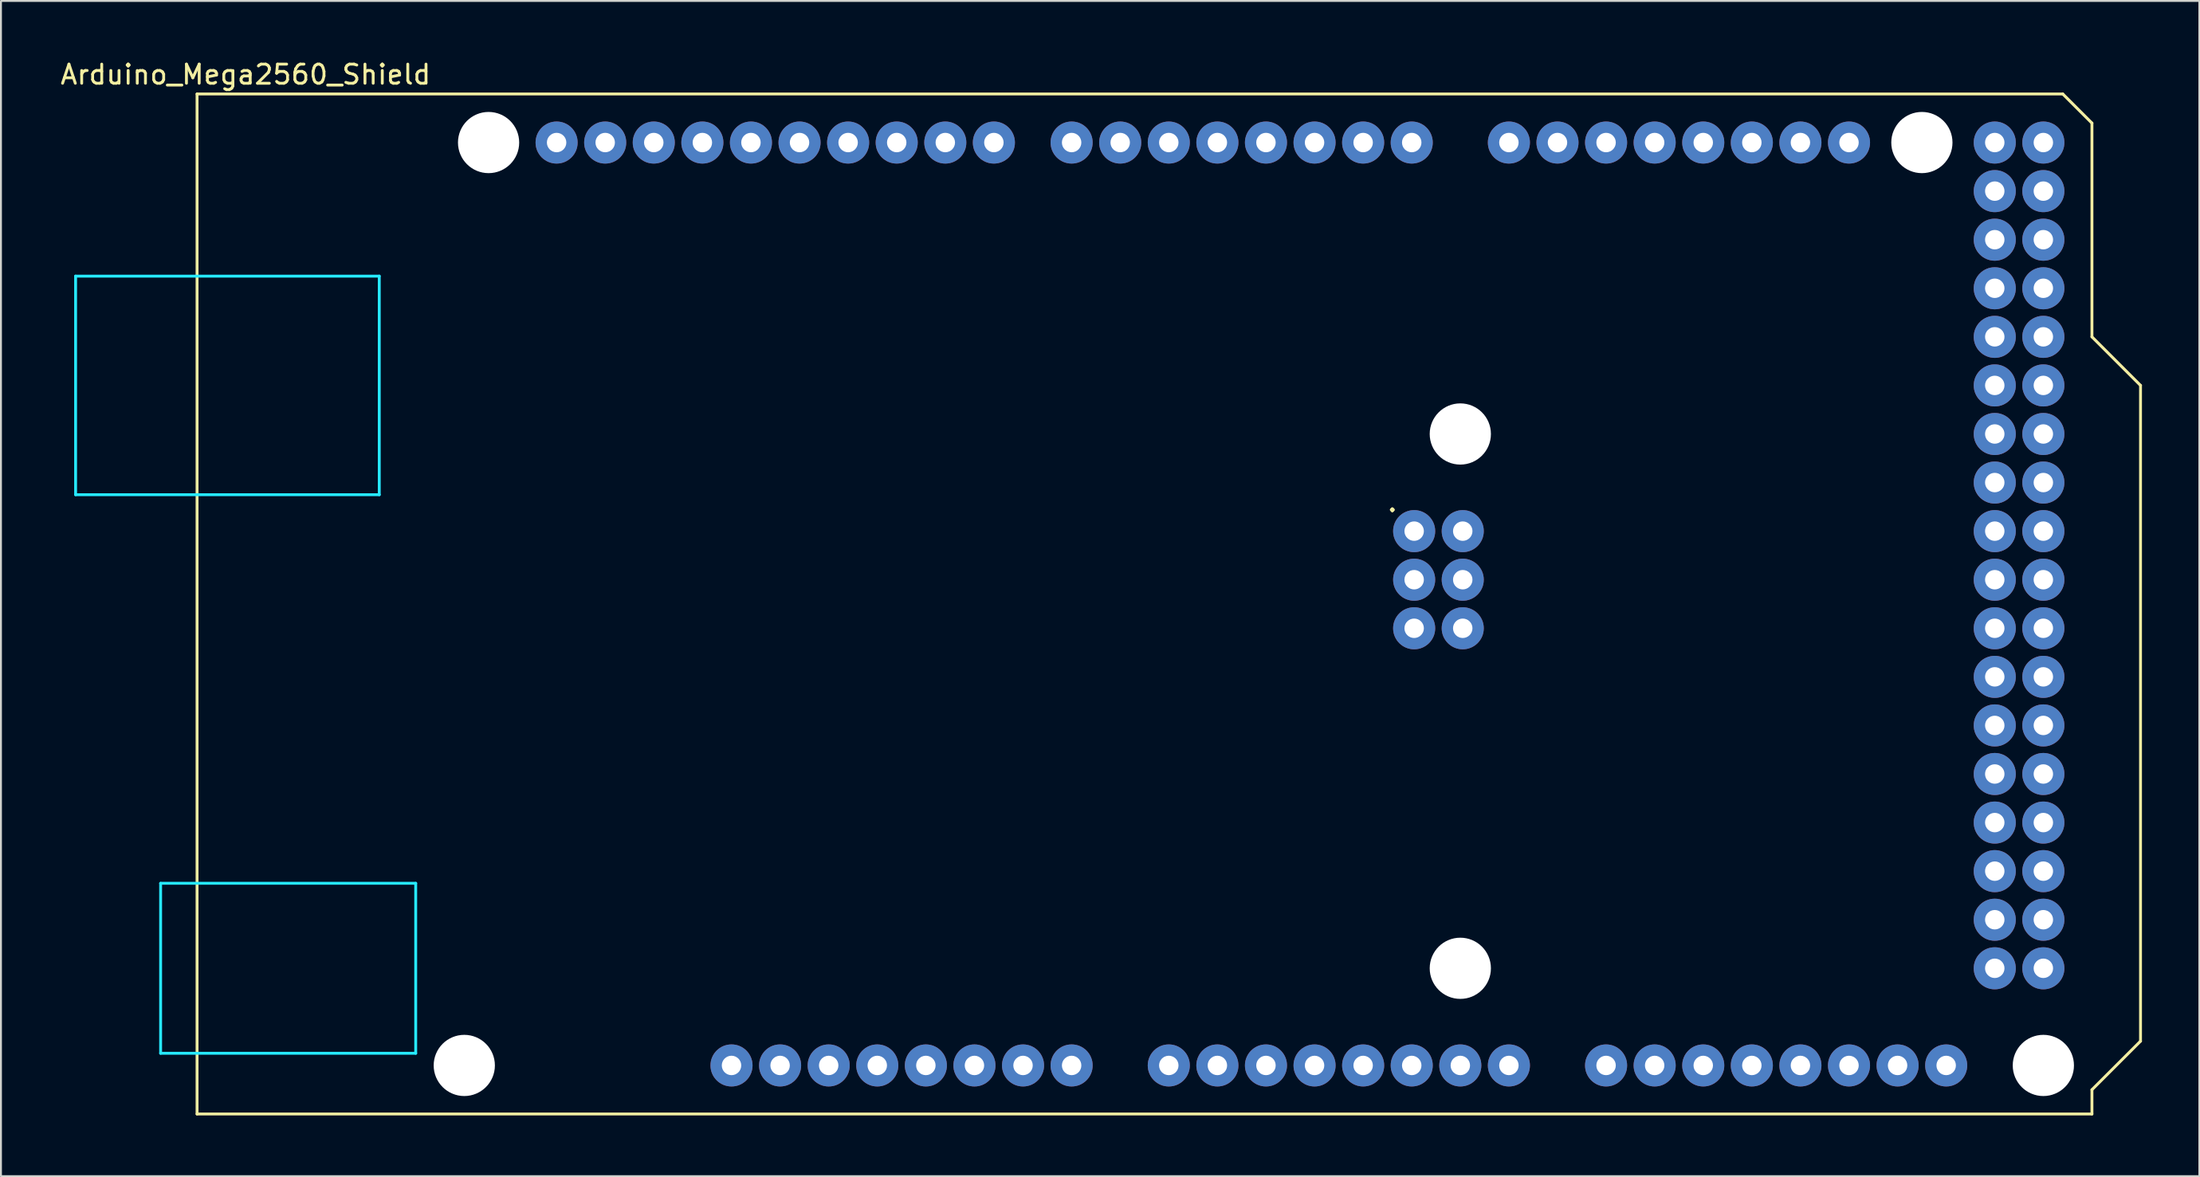
<source format=kicad_pcb>
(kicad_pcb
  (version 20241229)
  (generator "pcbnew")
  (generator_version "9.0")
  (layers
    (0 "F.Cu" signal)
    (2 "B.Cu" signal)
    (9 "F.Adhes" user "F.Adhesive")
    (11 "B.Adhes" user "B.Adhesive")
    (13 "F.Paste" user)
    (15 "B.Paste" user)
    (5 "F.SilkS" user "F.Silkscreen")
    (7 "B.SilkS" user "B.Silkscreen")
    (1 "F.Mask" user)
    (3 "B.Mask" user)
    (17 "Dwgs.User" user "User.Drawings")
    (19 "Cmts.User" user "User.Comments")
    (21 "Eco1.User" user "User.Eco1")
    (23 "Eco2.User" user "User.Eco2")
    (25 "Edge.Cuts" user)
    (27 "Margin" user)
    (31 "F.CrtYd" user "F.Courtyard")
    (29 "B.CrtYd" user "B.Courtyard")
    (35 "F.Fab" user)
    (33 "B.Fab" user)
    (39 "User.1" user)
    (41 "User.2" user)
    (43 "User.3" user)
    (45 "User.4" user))
  (footprint "Arduino_Mega2560_Shield"
    (layer "F.Cu")
    (at 7.252 55.204)
    (property "Reference" "Arduino_Mega2560_Shield" (at 2.54 -54.356 0) (layer "F.SilkS") (effects (font (size 1 1) (thickness 0.15))))
    (attr through_hole)
    (fp_line (start 0 -53.34) (end 0 0) (stroke (width 0.15) (type solid)) (layer "F.SilkS"))
    (fp_line (start 0 -53.34) (end 97.536 -53.34) (stroke (width 0.15) (type solid)) (layer "F.SilkS"))
    (fp_line (start 0 0) (end 99.06 0) (stroke (width 0.15) (type solid)) (layer "F.SilkS"))
    (fp_line (start 97.536 -53.34) (end 99.06 -51.816) (stroke (width 0.15) (type solid)) (layer "F.SilkS"))
    (fp_line (start 99.06 -40.64) (end 99.06 -51.816) (stroke (width 0.15) (type solid)) (layer "F.SilkS"))
    (fp_line (start 99.06 -1.27) (end 101.6 -3.81) (stroke (width 0.15) (type solid)) (layer "F.SilkS"))
    (fp_line (start 99.06 0) (end 99.06 -1.27) (stroke (width 0.15) (type solid)) (layer "F.SilkS"))
    (fp_line (start 101.6 -38.1) (end 99.06 -40.64) (stroke (width 0.15) (type solid)) (layer "F.SilkS"))
    (fp_line (start 101.6 -3.81) (end 101.6 -38.1) (stroke (width 0.15) (type solid)) (layer "F.SilkS"))
    (fp_line (start -6.35 -43.815) (end -6.35 -32.385) (stroke (width 0.15) (type solid)) (layer "B.CrtYd"))
    (fp_line (start -1.905 -12.065) (end -1.905 -3.175) (stroke (width 0.15) (type solid)) (layer "B.CrtYd"))
    (fp_line (start -1.905 -12.065) (end 11.43 -12.065) (stroke (width 0.15) (type solid)) (layer "B.CrtYd"))
    (fp_line (start -1.905 -3.175) (end 11.43 -3.175) (stroke (width 0.15) (type solid)) (layer "B.CrtYd"))
    (fp_line (start 9.525 -43.815) (end -6.35 -43.815) (stroke (width 0.15) (type solid)) (layer "B.CrtYd"))
    (fp_line (start 9.525 -43.815) (end 9.525 -32.385) (stroke (width 0.15) (type solid)) (layer "B.CrtYd"))
    (fp_line (start 9.525 -32.385) (end -6.35 -32.385) (stroke (width 0.15) (type solid)) (layer "B.CrtYd"))
    (fp_line (start 11.43 -12.065) (end 11.43 -3.175) (stroke (width 0.15) (type solid)) (layer "B.CrtYd"))
    (fp_text user "." (at 62.484 -32.004 0) (layer "F.SilkS") (effects (font (size 1 1) (thickness 0.15))))
    (pad "" np_thru_hole circle (at 13.97 -2.54) (size 3.2 3.2) (drill 3.2) (layers "*.Cu" "*.Mask"))
    (pad "" np_thru_hole circle (at 15.24 -50.8) (size 3.2 3.2) (drill 3.2) (layers "*.Cu" "*.Mask"))
    (pad "" thru_hole circle (at 27.94 -2.54) (size 2.2 2.2) (drill 1.016) (layers "*.Cu" "*.Mask"))
    (pad "" np_thru_hole circle (at 66.04 -35.56) (size 3.2 3.2) (drill 3.2) (layers "*.Cu" "*.Mask"))
    (pad "" np_thru_hole circle (at 66.04 -7.62) (size 3.2 3.2) (drill 3.2) (layers "*.Cu" "*.Mask"))
    (pad "" np_thru_hole circle (at 90.17 -50.8) (size 3.2 3.2) (drill 3.2) (layers "*.Cu" "*.Mask"))
    (pad "" np_thru_hole circle (at 96.52 -2.54) (size 3.2 3.2) (drill 3.2) (layers "*.Cu" "*.Mask"))
    (pad "3V3" thru_hole circle (at 35.56 -2.54) (size 2.2 2.2) (drill 1.016) (layers "*.Cu" "*.Mask"))
    (pad "5V1" thru_hole circle (at 38.1 -2.54) (size 2.2 2.2) (drill 1.016) (layers "*.Cu" "*.Mask"))
    (pad "5V2" thru_hole circle (at 66.167 -30.48) (size 2.2 2.2) (drill 1.016) (layers "*.Cu" "*.Mask"))
    (pad "5V3" thru_hole circle (at 93.98 -50.8) (size 2.2 2.2) (drill 1.016) (layers "*.Cu" "*.Mask"))
    (pad "5V4" thru_hole circle (at 96.52 -50.8) (size 2.2 2.2) (drill 1.016) (layers "*.Cu" "*.Mask"))
    (pad "A0" thru_hole circle (at 50.8 -2.54) (size 2.2 2.2) (drill 1.016) (layers "*.Cu" "*.Mask"))
    (pad "A1" thru_hole circle (at 53.34 -2.54) (size 2.2 2.2) (drill 1.016) (layers "*.Cu" "*.Mask"))
    (pad "A2" thru_hole circle (at 55.88 -2.54) (size 2.2 2.2) (drill 1.016) (layers "*.Cu" "*.Mask"))
    (pad "A3" thru_hole circle (at 58.42 -2.54) (size 2.2 2.2) (drill 1.016) (layers "*.Cu" "*.Mask"))
    (pad "A4" thru_hole circle (at 60.96 -2.54) (size 2.2 2.2) (drill 1.016) (layers "*.Cu" "*.Mask"))
    (pad "A5" thru_hole circle (at 63.5 -2.54) (size 2.2 2.2) (drill 1.016) (layers "*.Cu" "*.Mask"))
    (pad "A6" thru_hole circle (at 66.04 -2.54) (size 2.2 2.2) (drill 1.016) (layers "*.Cu" "*.Mask"))
    (pad "A7" thru_hole circle (at 68.58 -2.54) (size 2.2 2.2) (drill 1.016) (layers "*.Cu" "*.Mask"))
    (pad "A8" thru_hole circle (at 73.66 -2.54) (size 2.2 2.2) (drill 1.016) (layers "*.Cu" "*.Mask"))
    (pad "A9" thru_hole circle (at 76.2 -2.54) (size 2.2 2.2) (drill 1.016) (layers "*.Cu" "*.Mask"))
    (pad "A10" thru_hole circle (at 78.74 -2.54) (size 2.2 2.2) (drill 1.016) (layers "*.Cu" "*.Mask"))
    (pad "A11" thru_hole circle (at 81.28 -2.54) (size 2.2 2.2) (drill 1.016) (layers "*.Cu" "*.Mask"))
    (pad "A12" thru_hole circle (at 83.82 -2.54) (size 2.2 2.2) (drill 1.016) (layers "*.Cu" "*.Mask"))
    (pad "A13" thru_hole circle (at 86.36 -2.54) (size 2.2 2.2) (drill 1.016) (layers "*.Cu" "*.Mask"))
    (pad "A14" thru_hole circle (at 88.9 -2.54) (size 2.2 2.2) (drill 1.016) (layers "*.Cu" "*.Mask"))
    (pad "A15" thru_hole circle (at 91.44 -2.54) (size 2.2 2.2) (drill 1.016) (layers "*.Cu" "*.Mask"))
    (pad "AREF" thru_hole circle (at 23.876 -50.8) (size 2.2 2.2) (drill 1.016) (layers "*.Cu" "*.Mask"))
    (pad "D0" thru_hole circle (at 63.5 -50.8) (size 2.2 2.2) (drill 1.016) (layers "*.Cu" "*.Mask"))
    (pad "D1" thru_hole circle (at 60.96 -50.8) (size 2.2 2.2) (drill 1.016) (layers "*.Cu" "*.Mask"))
    (pad "D2" thru_hole circle (at 58.42 -50.8) (size 2.2 2.2) (drill 1.016) (layers "*.Cu" "*.Mask"))
    (pad "D3" thru_hole circle (at 55.88 -50.8) (size 2.2 2.2) (drill 1.016) (layers "*.Cu" "*.Mask"))
    (pad "D4" thru_hole circle (at 53.34 -50.8) (size 2.2 2.2) (drill 1.016) (layers "*.Cu" "*.Mask"))
    (pad "D5" thru_hole circle (at 50.8 -50.8) (size 2.2 2.2) (drill 1.016) (layers "*.Cu" "*.Mask"))
    (pad "D6" thru_hole circle (at 48.26 -50.8) (size 2.2 2.2) (drill 1.016) (layers "*.Cu" "*.Mask"))
    (pad "D7" thru_hole circle (at 45.72 -50.8) (size 2.2 2.2) (drill 1.016) (layers "*.Cu" "*.Mask"))
    (pad "D8" thru_hole circle (at 41.656 -50.8) (size 2.2 2.2) (drill 1.016) (layers "*.Cu" "*.Mask"))
    (pad "D9" thru_hole circle (at 39.116 -50.8) (size 2.2 2.2) (drill 1.016) (layers "*.Cu" "*.Mask"))
    (pad "D10" thru_hole circle (at 36.576 -50.8) (size 2.2 2.2) (drill 1.016) (layers "*.Cu" "*.Mask"))
    (pad "D11" thru_hole circle (at 34.036 -50.8) (size 2.2 2.2) (drill 1.016) (layers "*.Cu" "*.Mask"))
    (pad "D12" thru_hole circle (at 31.496 -50.8) (size 2.2 2.2) (drill 1.016) (layers "*.Cu" "*.Mask"))
    (pad "D13" thru_hole circle (at 28.956 -50.8) (size 2.2 2.2) (drill 1.016) (layers "*.Cu" "*.Mask"))
    (pad "D14" thru_hole circle (at 68.58 -50.8) (size 2.2 2.2) (drill 1.016) (layers "*.Cu" "*.Mask"))
    (pad "D15" thru_hole circle (at 71.12 -50.8) (size 2.2 2.2) (drill 1.016) (layers "*.Cu" "*.Mask"))
    (pad "D16" thru_hole circle (at 73.66 -50.8) (size 2.2 2.2) (drill 1.016) (layers "*.Cu" "*.Mask"))
    (pad "D17" thru_hole circle (at 76.2 -50.8) (size 2.2 2.2) (drill 1.016) (layers "*.Cu" "*.Mask"))
    (pad "D18" thru_hole circle (at 78.74 -50.8) (size 2.2 2.2) (drill 1.016) (layers "*.Cu" "*.Mask"))
    (pad "D19" thru_hole circle (at 81.28 -50.8) (size 2.2 2.2) (drill 1.016) (layers "*.Cu" "*.Mask"))
    (pad "D20" thru_hole circle (at 83.82 -50.8) (size 2.2 2.2) (drill 1.016) (layers "*.Cu" "*.Mask"))
    (pad "D21" thru_hole circle (at 86.36 -50.8) (size 2.2 2.2) (drill 1.016) (layers "*.Cu" "*.Mask"))
    (pad "D22" thru_hole circle (at 93.98 -48.26) (size 2.2 2.2) (drill 1.016) (layers "*.Cu" "*.Mask"))
    (pad "D23" thru_hole circle (at 96.52 -48.26) (size 2.2 2.2) (drill 1.016) (layers "*.Cu" "*.Mask"))
    (pad "D24" thru_hole circle (at 93.98 -45.72) (size 2.2 2.2) (drill 1.016) (layers "*.Cu" "*.Mask"))
    (pad "D25" thru_hole circle (at 96.52 -45.72) (size 2.2 2.2) (drill 1.016) (layers "*.Cu" "*.Mask"))
    (pad "D26" thru_hole circle (at 93.98 -43.18) (size 2.2 2.2) (drill 1.016) (layers "*.Cu" "*.Mask"))
    (pad "D27" thru_hole circle (at 96.52 -43.18) (size 2.2 2.2) (drill 1.016) (layers "*.Cu" "*.Mask"))
    (pad "D28" thru_hole circle (at 93.98 -40.64) (size 2.2 2.2) (drill 1.016) (layers "*.Cu" "*.Mask"))
    (pad "D29" thru_hole circle (at 96.52 -40.64) (size 2.2 2.2) (drill 1.016) (layers "*.Cu" "*.Mask"))
    (pad "D30" thru_hole circle (at 93.98 -38.1) (size 2.2 2.2) (drill 1.016) (layers "*.Cu" "*.Mask"))
    (pad "D31" thru_hole circle (at 96.52 -38.1) (size 2.2 2.2) (drill 1.016) (layers "*.Cu" "*.Mask"))
    (pad "D32" thru_hole circle (at 93.98 -35.56) (size 2.2 2.2) (drill 1.016) (layers "*.Cu" "*.Mask"))
    (pad "D33" thru_hole circle (at 96.52 -35.56) (size 2.2 2.2) (drill 1.016) (layers "*.Cu" "*.Mask"))
    (pad "D34" thru_hole circle (at 93.98 -33.02) (size 2.2 2.2) (drill 1.016) (layers "*.Cu" "*.Mask"))
    (pad "D35" thru_hole circle (at 96.52 -33.02) (size 2.2 2.2) (drill 1.016) (layers "*.Cu" "*.Mask"))
    (pad "D36" thru_hole circle (at 93.98 -30.48) (size 2.2 2.2) (drill 1.016) (layers "*.Cu" "*.Mask"))
    (pad "D37" thru_hole circle (at 96.52 -30.48) (size 2.2 2.2) (drill 1.016) (layers "*.Cu" "*.Mask"))
    (pad "D38" thru_hole circle (at 93.98 -27.94) (size 2.2 2.2) (drill 1.016) (layers "*.Cu" "*.Mask"))
    (pad "D39" thru_hole circle (at 96.52 -27.94) (size 2.2 2.2) (drill 1.016) (layers "*.Cu" "*.Mask"))
    (pad "D40" thru_hole circle (at 93.98 -25.4) (size 2.2 2.2) (drill 1.016) (layers "*.Cu" "*.Mask"))
    (pad "D41" thru_hole circle (at 96.52 -25.4) (size 2.2 2.2) (drill 1.016) (layers "*.Cu" "*.Mask"))
    (pad "D42" thru_hole circle (at 93.98 -22.86) (size 2.2 2.2) (drill 1.016) (layers "*.Cu" "*.Mask"))
    (pad "D43" thru_hole circle (at 96.52 -22.86) (size 2.2 2.2) (drill 1.016) (layers "*.Cu" "*.Mask"))
    (pad "D44" thru_hole circle (at 93.98 -20.32) (size 2.2 2.2) (drill 1.016) (layers "*.Cu" "*.Mask"))
    (pad "D45" thru_hole circle (at 96.52 -20.32) (size 2.2 2.2) (drill 1.016) (layers "*.Cu" "*.Mask"))
    (pad "D46" thru_hole circle (at 93.98 -17.78) (size 2.2 2.2) (drill 1.016) (layers "*.Cu" "*.Mask"))
    (pad "D47" thru_hole circle (at 96.52 -17.78) (size 2.2 2.2) (drill 1.016) (layers "*.Cu" "*.Mask"))
    (pad "D48" thru_hole circle (at 93.98 -15.24) (size 2.2 2.2) (drill 1.016) (layers "*.Cu" "*.Mask"))
    (pad "D49" thru_hole circle (at 96.52 -15.24) (size 2.2 2.2) (drill 1.016) (layers "*.Cu" "*.Mask"))
    (pad "D50" thru_hole circle (at 93.98 -12.7) (size 2.2 2.2) (drill 1.016) (layers "*.Cu" "*.Mask"))
    (pad "D51" thru_hole circle (at 96.52 -12.7) (size 2.2 2.2) (drill 1.016) (layers "*.Cu" "*.Mask"))
    (pad "D52" thru_hole circle (at 93.98 -10.16) (size 2.2 2.2) (drill 1.016) (layers "*.Cu" "*.Mask"))
    (pad "D53" thru_hole circle (at 96.52 -10.16) (size 2.2 2.2) (drill 1.016) (layers "*.Cu" "*.Mask"))
    (pad "GND1" thru_hole circle (at 26.416 -50.8) (size 2.2 2.2) (drill 1.016) (layers "*.Cu" "*.Mask"))
    (pad "GND2" thru_hole circle (at 40.64 -2.54) (size 2.2 2.2) (drill 1.016) (layers "*.Cu" "*.Mask"))
    (pad "GND3" thru_hole circle (at 43.18 -2.54) (size 2.2 2.2) (drill 1.016) (layers "*.Cu" "*.Mask"))
    (pad "GND4" thru_hole circle (at 66.167 -25.4) (size 2.2 2.2) (drill 1.016) (layers "*.Cu" "*.Mask"))
    (pad "GND5" thru_hole circle (at 93.98 -7.62) (size 2.2 2.2) (drill 1.016) (layers "*.Cu" "*.Mask"))
    (pad "GND6" thru_hole circle (at 96.52 -7.62) (size 2.2 2.2) (drill 1.016) (layers "*.Cu" "*.Mask"))
    (pad "IORF" thru_hole circle (at 30.48 -2.54) (size 2.2 2.2) (drill 1.016) (layers "*.Cu" "*.Mask"))
    (pad "MISO" thru_hole circle (at 63.627 -30.48) (size 2.2 2.2) (drill 1.016) (layers "*.Cu" "*.Mask"))
    (pad "MOSI" thru_hole circle (at 66.167 -27.94) (size 2.2 2.2) (drill 1.016) (layers "*.Cu" "*.Mask"))
    (pad "RST1" thru_hole circle (at 33.02 -2.54) (size 2.2 2.2) (drill 1.016) (layers "*.Cu" "*.Mask"))
    (pad "RST2" thru_hole circle (at 63.627 -25.4) (size 2.2 2.2) (drill 1.016) (layers "*.Cu" "*.Mask"))
    (pad "SCK" thru_hole circle (at 63.627 -27.94) (size 2.2 2.2) (drill 1.016) (layers "*.Cu" "*.Mask"))
    (pad "SCL" thru_hole circle (at 18.796 -50.8) (size 2.2 2.2) (drill 1.016) (layers "*.Cu" "*.Mask"))
    (pad "SDA" thru_hole circle (at 21.336 -50.8) (size 2.2 2.2) (drill 1.016) (layers "*.Cu" "*.Mask"))
    (pad "VIN" thru_hole circle (at 45.72 -2.54) (size 2.2 2.2) (drill 1.016) (layers "*.Cu" "*.Mask")))
  (gr_rect
    (start -3 -3)
    (end 111.927 58.454)
    (stroke (width 0.1) (type default))
    (fill no)
    (layer "Edge.Cuts")))
</source>
